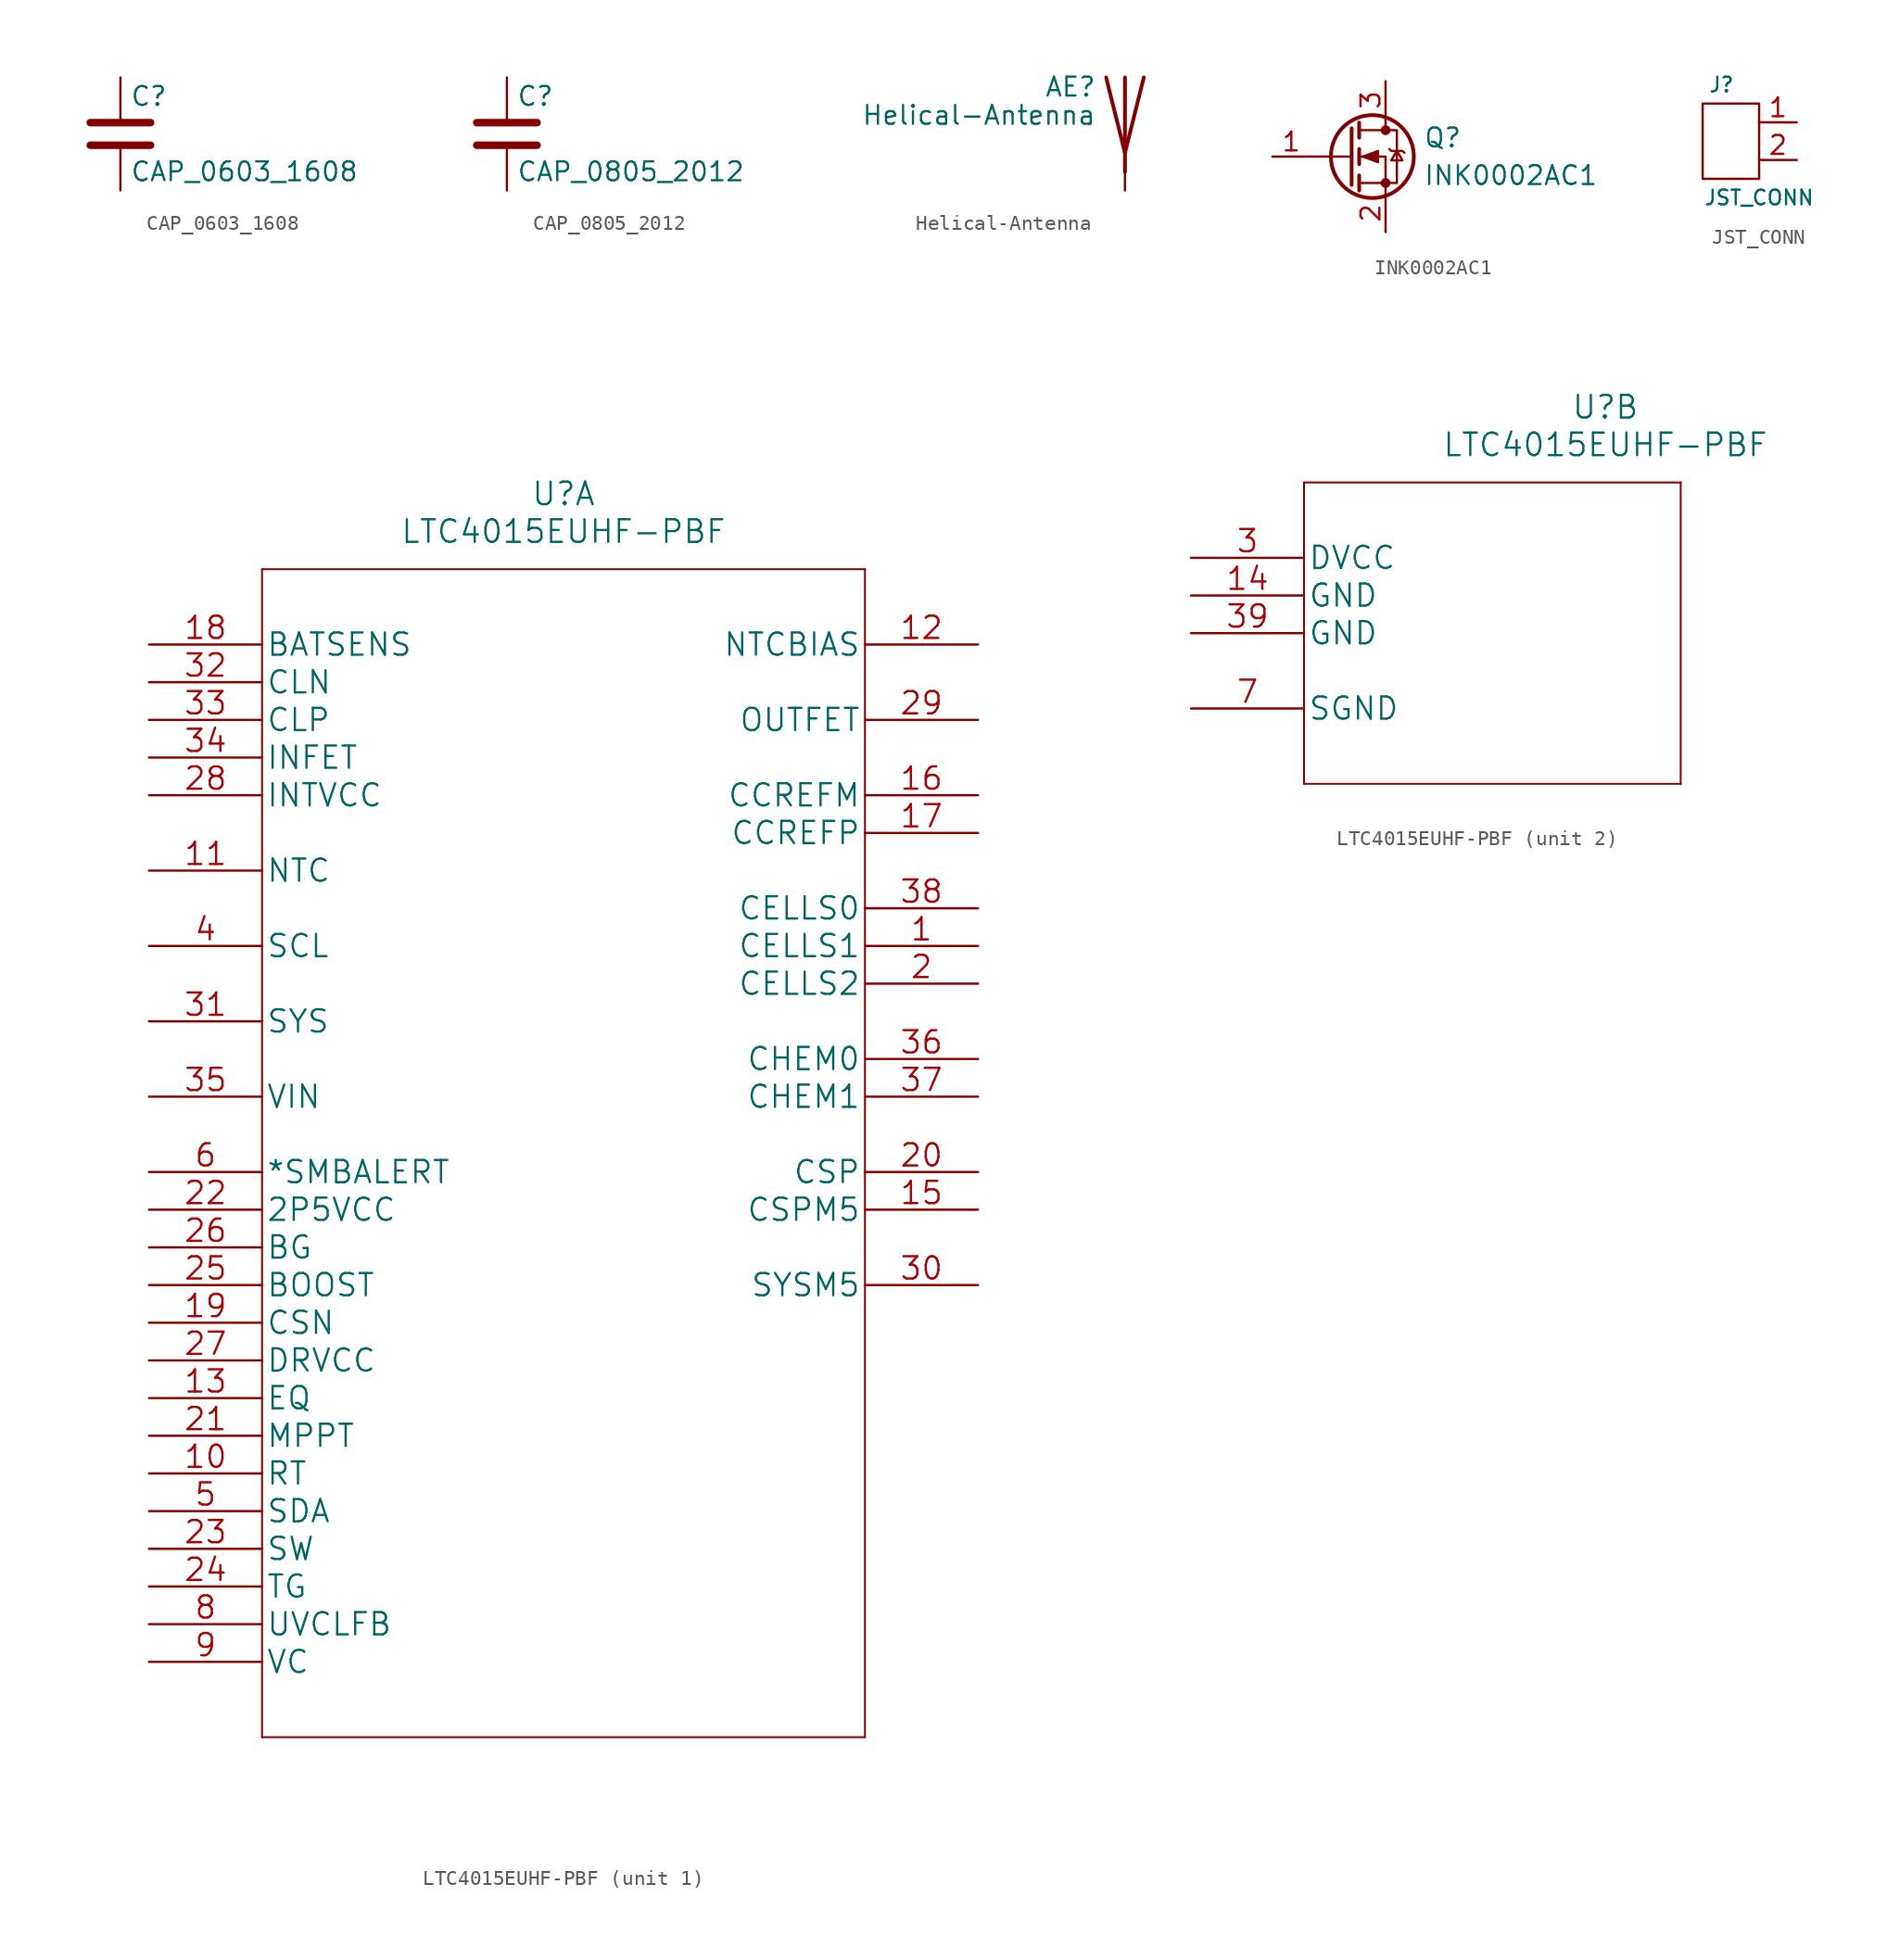
<source format=kicad_sym>
(kicad_symbol_lib
  (version 20220914)
  (generator kicad_symbol_editor)
  (symbol "CAP_0603_1608"
    (pin_numbers hide)
    (pin_names
      (offset 0.254))
    (property "Reference" "C"
      (at 0.635 2.54 0)
      (effects (font (size 1.27 1.27)) (justify left)))
    (property "Value" "CAP_0603_1608"
      (at 0.635 -2.54 0)
      (effects (font (size 1.27 1.27)) (justify left)))
    (symbol "CAP_0603_1608_0_1"
      (polyline (pts (xy -2.032 -0.762) (xy 2.032 -0.762)) (stroke (width 0.508) (type default)) (fill (type none)))
      (polyline (pts (xy -2.032 0.762) (xy 2.032 0.762)) (stroke (width 0.508) (type default)) (fill (type none))))
    (symbol "CAP_0603_1608_1_1"
      (pin passive line (at 0 3.81 270) (length 2.794) (name "~" (effects (font (size 1.27 1.27)))) (number "1" (effects (font (size 1.27 1.27)))))
      (pin passive line (at 0 -3.81 90) (length 2.794) (name "~" (effects (font (size 1.27 1.27)))) (number "2" (effects (font (size 1.27 1.27)))))))
  (symbol "CAP_0805_2012"
    (pin_numbers hide)
    (pin_names
      (offset 0.254))
    (property "Reference" "C"
      (at 0.635 2.54 0)
      (effects (font (size 1.27 1.27)) (justify left)))
    (property "Value" "CAP_0805_2012"
      (at 0.635 -2.54 0)
      (effects (font (size 1.27 1.27)) (justify left)))
    (symbol "CAP_0805_2012_0_1"
      (polyline (pts (xy -2.032 -0.762) (xy 2.032 -0.762)) (stroke (width 0.508) (type default)) (fill (type none)))
      (polyline (pts (xy -2.032 0.762) (xy 2.032 0.762)) (stroke (width 0.508) (type default)) (fill (type none))))
    (symbol "CAP_0805_2012_1_1"
      (pin passive line (at 0 3.81 270) (length 2.794) (name "~" (effects (font (size 1.27 1.27)))) (number "1" (effects (font (size 1.27 1.27)))))
      (pin passive line (at 0 -3.81 90) (length 2.794) (name "~" (effects (font (size 1.27 1.27)))) (number "2" (effects (font (size 1.27 1.27)))))))
  (symbol "Helical-Antenna"
    (pin_numbers hide)
    (pin_names
      (offset 1.016) hide)
    (property "Reference" "AE"
      (at -1.905 1.905 0)
      (effects (font (size 1.27 1.27)) (justify right)))
    (property "Value" "Helical-Antenna"
      (at -1.905 0 0)
      (effects (font (size 1.27 1.27)) (justify right)))
    (symbol "Helical-Antenna_0_1"
      (polyline (pts (xy 0 2.54) (xy 0 -3.81)) (stroke (width 0.254) (type default)) (fill (type none)))
      (polyline (pts (xy 1.27 2.54) (xy 0 -2.54) (xy -1.27 2.54)) (stroke (width 0.254) (type default)) (fill (type none))))
    (symbol "Helical-Antenna_1_1"
      (pin input line (at 0 -5.08 90) (length 2.54) (name "A" (effects (font (size 1.27 1.27)))) (number "1" (effects (font (size 1.27 1.27)))))))
  (symbol "INK0002AC1"
    (pin_names
      (offset 0) hide)
    (property "Reference" "Q"
      (at 5.08 1.27 0)
      (effects (font (size 1.27 1.27)) (justify left)))
    (property "Value" "INK0002AC1"
      (at 5.08 -1.27 0)
      (effects (font (size 1.27 1.27)) (justify left)))
    (symbol "INK0002AC1_0_1"
      (polyline (pts (xy 0.254 0) (xy -2.54 0)) (stroke (width 0) (type solid)) (fill (type none)))
      (polyline (pts (xy 0.254 1.905) (xy 0.254 -1.905)) (stroke (width 0.254) (type solid)) (fill (type none)))
      (polyline (pts (xy 0.762 -1.27) (xy 0.762 -2.286)) (stroke (width 0.254) (type solid)) (fill (type none)))
      (polyline (pts (xy 0.762 0.508) (xy 0.762 -0.508)) (stroke (width 0.254) (type solid)) (fill (type none)))
      (polyline (pts (xy 0.762 2.286) (xy 0.762 1.27)) (stroke (width 0.254) (type solid)) (fill (type none)))
      (polyline (pts (xy 2.54 2.54) (xy 2.54 1.778)) (stroke (width 0) (type solid)) (fill (type none)))
      (polyline (pts (xy 2.54 -2.54) (xy 2.54 0) (xy 0.762 0)) (stroke (width 0) (type solid)) (fill (type none)))
      (polyline (pts (xy 0.762 -1.778) (xy 3.302 -1.778) (xy 3.302 1.778) (xy 0.762 1.778)) (stroke (width 0) (type solid)) (fill (type none)))
      (polyline (pts (xy 1.016 0) (xy 2.032 0.381) (xy 2.032 -0.381) (xy 1.016 0)) (stroke (width 0) (type solid)) (fill (type outline)))
      (polyline (pts (xy 2.794 0.508) (xy 2.921 0.381) (xy 3.683 0.381) (xy 3.81 0.254)) (stroke (width 0) (type solid)) (fill (type none)))
      (polyline (pts (xy 3.302 0.381) (xy 2.921 -0.254) (xy 3.683 -0.254) (xy 3.302 0.381)) (stroke (width 0) (type solid)) (fill (type none)))
      (circle (center 1.651 0) (radius 2.794) (stroke (width 0.254) (type solid)) (fill (type none)))
      (circle (center 2.54 -1.778) (radius 0.254) (stroke (width 0) (type solid)) (fill (type outline)))
      (circle (center 2.54 1.778) (radius 0.254) (stroke (width 0) (type solid)) (fill (type outline))))
    (symbol "INK0002AC1_1_1"
      (pin input line (at -5.08 0 0) (length 2.54) (name "G" (effects (font (size 1.27 1.27)))) (number "1" (effects (font (size 1.27 1.27)))))
      (pin passive line (at 2.54 -5.08 90) (length 2.54) (name "S" (effects (font (size 1.27 1.27)))) (number "2" (effects (font (size 1.27 1.27)))))
      (pin passive line (at 2.54 5.08 270) (length 2.54) (name "D" (effects (font (size 1.27 1.27)))) (number "3" (effects (font (size 1.27 1.27)))))))
  (symbol "JST_CONN"
    (pin_names
      (offset 1.016))
    (property "Reference" "J"
      (at -2.54 5.08 0)
      (effects (font (size 0.991 0.991))))
    (property "Value" "JST_CONN"
      (at 0 -2.54 0)
      (effects (font (size 0.991 0.991))))
    (symbol "JST_CONN_0_1"
      (rectangle (start 0 3.81) (end -3.81 -1.27) (stroke (width 0) (type solid)) (fill (type none))))
    (symbol "JST_CONN_1_1"
      (pin bidirectional line (at 2.54 2.54 180) (length 2.54) (name "~" (effects (font (size 1.27 1.27)))) (number "1" (effects (font (size 1.27 1.27)))))
      (pin bidirectional line (at 2.54 0 180) (length 2.54) (name "~" (effects (font (size 1.27 1.27)))) (number "2" (effects (font (size 1.27 1.27)))))))
  (symbol "LTC4015EUHF-PBF"
    (pin_names
      (offset 0.254))
    (property "Reference" "U"
      (at 27.94 10.16 0)
      (effects (font (size 1.524 1.524))))
    (property "Value" "LTC4015EUHF-PBF"
      (at 27.94 7.62 0)
      (effects (font (size 1.524 1.524))))
    (symbol "LTC4015EUHF-PBF_1_1"
      (polyline (pts (xy 7.62 -73.66) (xy 48.26 -73.66)) (stroke (width 0.127) (type solid)) (fill (type none)))
      (polyline (pts (xy 7.62 5.08) (xy 7.62 -73.66)) (stroke (width 0.127) (type solid)) (fill (type none)))
      (polyline (pts (xy 48.26 -73.66) (xy 48.26 5.08)) (stroke (width 0.127) (type solid)) (fill (type none)))
      (polyline (pts (xy 48.26 5.08) (xy 7.62 5.08)) (stroke (width 0.127) (type solid)) (fill (type none)))
      (pin unspecified line (at 55.88 -20.32 180) (length 7.62) (name "CELLS1" (effects (font (size 1.499 1.499)))) (number "1" (effects (font (size 1.499 1.499)))))
      (pin unspecified line (at 0 -55.88 0) (length 7.62) (name "RT" (effects (font (size 1.499 1.499)))) (number "10" (effects (font (size 1.499 1.499)))))
      (pin input line (at 0 -15.24 0) (length 7.62) (name "NTC" (effects (font (size 1.499 1.499)))) (number "11" (effects (font (size 1.499 1.499)))))
      (pin output line (at 55.88 0 180) (length 7.62) (name "NTCBIAS" (effects (font (size 1.499 1.499)))) (number "12" (effects (font (size 1.499 1.499)))))
      (pin unspecified line (at 0 -50.8 0) (length 7.62) (name "EQ" (effects (font (size 1.499 1.499)))) (number "13" (effects (font (size 1.499 1.499)))))
      (pin unspecified line (at 55.88 -38.1 180) (length 7.62) (name "CSPM5" (effects (font (size 1.499 1.499)))) (number "15" (effects (font (size 1.499 1.499)))))
      (pin unspecified line (at 55.88 -10.16 180) (length 7.62) (name "CCREFM" (effects (font (size 1.499 1.499)))) (number "16" (effects (font (size 1.499 1.499)))))
      (pin unspecified line (at 55.88 -12.7 180) (length 7.62) (name "CCREFP" (effects (font (size 1.499 1.499)))) (number "17" (effects (font (size 1.499 1.499)))))
      (pin input line (at 0 0 0) (length 7.62) (name "BATSENS" (effects (font (size 1.499 1.499)))) (number "18" (effects (font (size 1.499 1.499)))))
      (pin unspecified line (at 0 -45.72 0) (length 7.62) (name "CSN" (effects (font (size 1.499 1.499)))) (number "19" (effects (font (size 1.499 1.499)))))
      (pin unspecified line (at 55.88 -22.86 180) (length 7.62) (name "CELLS2" (effects (font (size 1.499 1.499)))) (number "2" (effects (font (size 1.499 1.499)))))
      (pin unspecified line (at 55.88 -35.56 180) (length 7.62) (name "CSP" (effects (font (size 1.499 1.499)))) (number "20" (effects (font (size 1.499 1.499)))))
      (pin unspecified line (at 0 -53.34 0) (length 7.62) (name "MPPT" (effects (font (size 1.499 1.499)))) (number "21" (effects (font (size 1.499 1.499)))))
      (pin unspecified line (at 0 -38.1 0) (length 7.62) (name "2P5VCC" (effects (font (size 1.499 1.499)))) (number "22" (effects (font (size 1.499 1.499)))))
      (pin unspecified line (at 0 -60.96 0) (length 7.62) (name "SW" (effects (font (size 1.499 1.499)))) (number "23" (effects (font (size 1.499 1.499)))))
      (pin unspecified line (at 0 -63.5 0) (length 7.62) (name "TG" (effects (font (size 1.499 1.499)))) (number "24" (effects (font (size 1.499 1.499)))))
      (pin unspecified line (at 0 -43.18 0) (length 7.62) (name "BOOST" (effects (font (size 1.499 1.499)))) (number "25" (effects (font (size 1.499 1.499)))))
      (pin unspecified line (at 0 -40.64 0) (length 7.62) (name "BG" (effects (font (size 1.499 1.499)))) (number "26" (effects (font (size 1.499 1.499)))))
      (pin unspecified line (at 0 -48.26 0) (length 7.62) (name "DRVCC" (effects (font (size 1.499 1.499)))) (number "27" (effects (font (size 1.499 1.499)))))
      (pin output line (at 0 -10.16 0) (length 7.62) (name "INTVCC" (effects (font (size 1.499 1.499)))) (number "28" (effects (font (size 1.499 1.499)))))
      (pin output line (at 55.88 -5.08 180) (length 7.62) (name "OUTFET" (effects (font (size 1.499 1.499)))) (number "29" (effects (font (size 1.499 1.499)))))
      (pin unspecified line (at 55.88 -43.18 180) (length 7.62) (name "SYSM5" (effects (font (size 1.499 1.499)))) (number "30" (effects (font (size 1.499 1.499)))))
      (pin input line (at 0 -25.4 0) (length 7.62) (name "SYS" (effects (font (size 1.499 1.499)))) (number "31" (effects (font (size 1.499 1.499)))))
      (pin input line (at 0 -2.54 0) (length 7.62) (name "CLN" (effects (font (size 1.499 1.499)))) (number "32" (effects (font (size 1.499 1.499)))))
      (pin input line (at 0 -5.08 0) (length 7.62) (name "CLP" (effects (font (size 1.499 1.499)))) (number "33" (effects (font (size 1.499 1.499)))))
      (pin input line (at 0 -7.62 0) (length 7.62) (name "INFET" (effects (font (size 1.499 1.499)))) (number "34" (effects (font (size 1.499 1.499)))))
      (pin input line (at 0 -30.48 0) (length 7.62) (name "VIN" (effects (font (size 1.499 1.499)))) (number "35" (effects (font (size 1.499 1.499)))))
      (pin unspecified line (at 55.88 -27.94 180) (length 7.62) (name "CHEM0" (effects (font (size 1.499 1.499)))) (number "36" (effects (font (size 1.499 1.499)))))
      (pin unspecified line (at 55.88 -30.48 180) (length 7.62) (name "CHEM1" (effects (font (size 1.499 1.499)))) (number "37" (effects (font (size 1.499 1.499)))))
      (pin unspecified line (at 55.88 -17.78 180) (length 7.62) (name "CELLS0" (effects (font (size 1.499 1.499)))) (number "38" (effects (font (size 1.499 1.499)))))
      (pin input line (at 0 -20.32 0) (length 7.62) (name "SCL" (effects (font (size 1.499 1.499)))) (number "4" (effects (font (size 1.499 1.499)))))
      (pin bidirectional line (at 0 -58.42 0) (length 7.62) (name "SDA" (effects (font (size 1.499 1.499)))) (number "5" (effects (font (size 1.499 1.499)))))
      (pin unspecified line (at 0 -35.56 0) (length 7.62) (name "*SMBALERT" (effects (font (size 1.499 1.499)))) (number "6" (effects (font (size 1.499 1.499)))))
      (pin unspecified line (at 0 -66.04 0) (length 7.62) (name "UVCLFB" (effects (font (size 1.499 1.499)))) (number "8" (effects (font (size 1.499 1.499)))))
      (pin unspecified line (at 0 -68.58 0) (length 7.62) (name "VC" (effects (font (size 1.499 1.499)))) (number "9" (effects (font (size 1.499 1.499))))))
    (symbol "LTC4015EUHF-PBF_2_1"
      (polyline (pts (xy 7.62 -15.24) (xy 33.02 -15.24)) (stroke (width 0.127) (type solid)) (fill (type none)))
      (polyline (pts (xy 7.62 5.08) (xy 7.62 -15.24)) (stroke (width 0.127) (type solid)) (fill (type none)))
      (polyline (pts (xy 33.02 -15.24) (xy 33.02 5.08)) (stroke (width 0.127) (type solid)) (fill (type none)))
      (polyline (pts (xy 33.02 5.08) (xy 7.62 5.08)) (stroke (width 0.127) (type solid)) (fill (type none)))
      (pin power_in line (at 0 -2.54 0) (length 7.62) (name "GND" (effects (font (size 1.499 1.499)))) (number "14" (effects (font (size 1.499 1.499)))))
      (pin power_in line (at 0 0 0) (length 7.62) (name "DVCC" (effects (font (size 1.499 1.499)))) (number "3" (effects (font (size 1.499 1.499)))))
      (pin power_in line (at 0 -5.08 0) (length 7.62) (name "GND" (effects (font (size 1.499 1.499)))) (number "39" (effects (font (size 1.499 1.499)))))
      (pin power_in line (at 0 -10.16 0) (length 7.62) (name "SGND" (effects (font (size 1.499 1.499)))) (number "7" (effects (font (size 1.499 1.499))))))))
</source>
